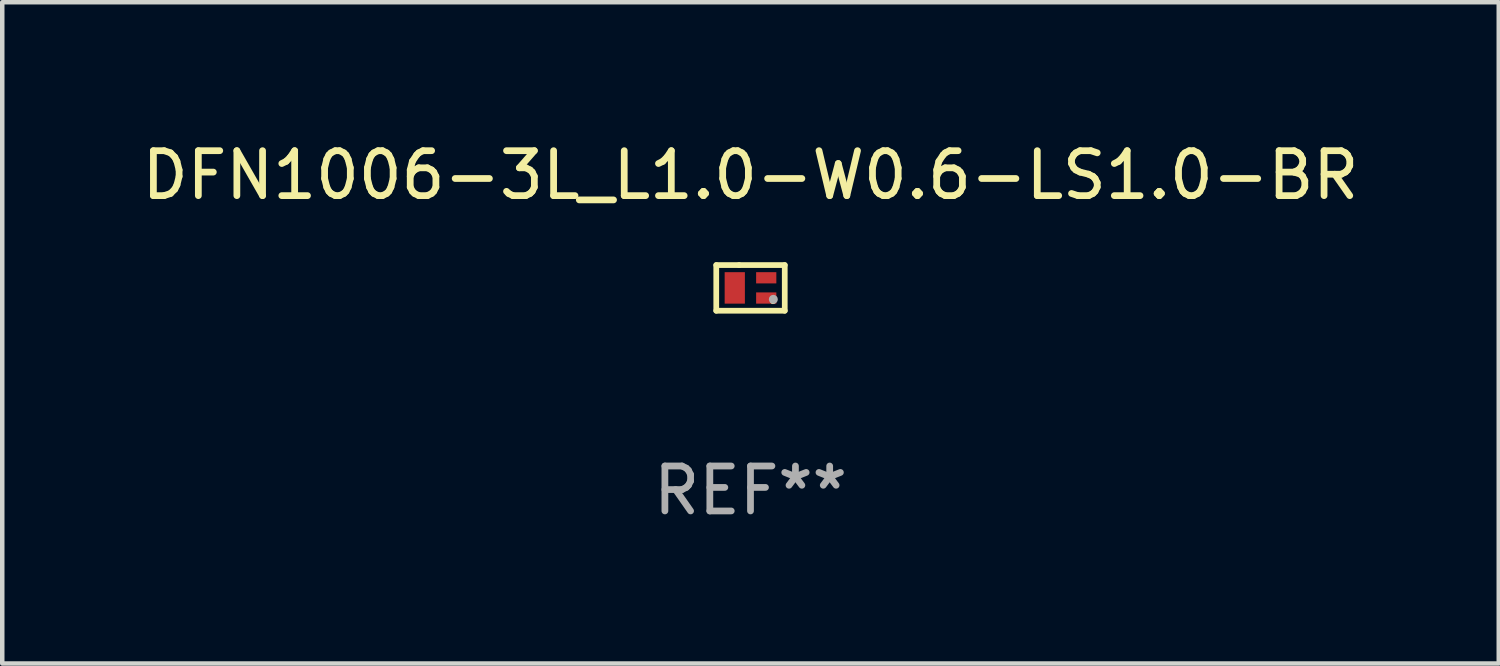
<source format=kicad_pcb>
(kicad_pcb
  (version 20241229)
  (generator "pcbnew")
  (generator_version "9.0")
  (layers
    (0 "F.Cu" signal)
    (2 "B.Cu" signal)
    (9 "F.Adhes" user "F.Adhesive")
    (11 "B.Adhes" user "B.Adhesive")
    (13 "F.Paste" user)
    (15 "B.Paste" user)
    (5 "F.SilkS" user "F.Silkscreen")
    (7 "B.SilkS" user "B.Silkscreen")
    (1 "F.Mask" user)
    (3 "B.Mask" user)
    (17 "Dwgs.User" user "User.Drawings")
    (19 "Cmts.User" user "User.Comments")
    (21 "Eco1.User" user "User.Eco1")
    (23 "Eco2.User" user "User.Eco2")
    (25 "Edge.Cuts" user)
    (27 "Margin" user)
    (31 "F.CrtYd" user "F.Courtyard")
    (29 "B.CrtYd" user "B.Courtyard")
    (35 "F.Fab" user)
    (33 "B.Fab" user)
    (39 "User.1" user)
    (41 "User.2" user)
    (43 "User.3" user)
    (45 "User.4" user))
  (footprint "DFN1006-3L_L1.0-W0.6-LS1.0-BR"
    (layer "F.Cu")
    (at 13.649 3.356)
    (property "Reference" "DFN1006-3L_L1.0-W0.6-LS1.0-BR" (at 0 -2.508 0) (layer "F.SilkS") (effects (font (size 1 1) (thickness 0.15))))
    (attr smd)
    (fp_line (start -0.762 -0.508) (end -0.254 -0.508) (stroke (width 0.127) (type solid)) (layer "F.SilkS"))
    (fp_line (start -0.762 0.508) (end -0.762 -0.508) (stroke (width 0.127) (type solid)) (layer "F.SilkS"))
    (fp_line (start -0.254 -0.508) (end 0.762 -0.508) (stroke (width 0.127) (type solid)) (layer "F.SilkS"))
    (fp_line (start 0.762 -0.508) (end 0.762 0.508) (stroke (width 0.127) (type solid)) (layer "F.SilkS"))
    (fp_line (start 0.762 0.508) (end -0.762 0.508) (stroke (width 0.127) (type solid)) (layer "F.SilkS"))
    (fp_circle (center 0.5 0.3) (end 0.53 0.3) (stroke (width 0.06) (type solid)) (fill no) (layer "F.SilkS"))
    (fp_circle (center 0.508 0.254) (end 0.558 0.254) (stroke (width 0.1) (type solid)) (fill no) (layer "F.Fab"))
    (fp_text user "REF**" (at 0 4.508 0) (layer "F.Fab") (effects (font (size 1 1) (thickness 0.15))))
    (pad "1" smd rect (at 0.35 0.225) (size 0.45 0.25) (layers "F.Cu" "F.Mask" "F.Paste"))
    (pad "2" smd rect (at 0.35 -0.225) (size 0.45 0.25) (layers "F.Cu" "F.Mask" "F.Paste"))
    (pad "3" smd rect (at -0.35 0 180) (size 0.45 0.7) (layers "F.Cu" "F.Mask" "F.Paste")))
  (gr_rect
    (start -3 -3)
    (end 30.298 11.713)
    (stroke (width 0.1) (type default))
    (fill no)
    (layer "Edge.Cuts")))
</source>
